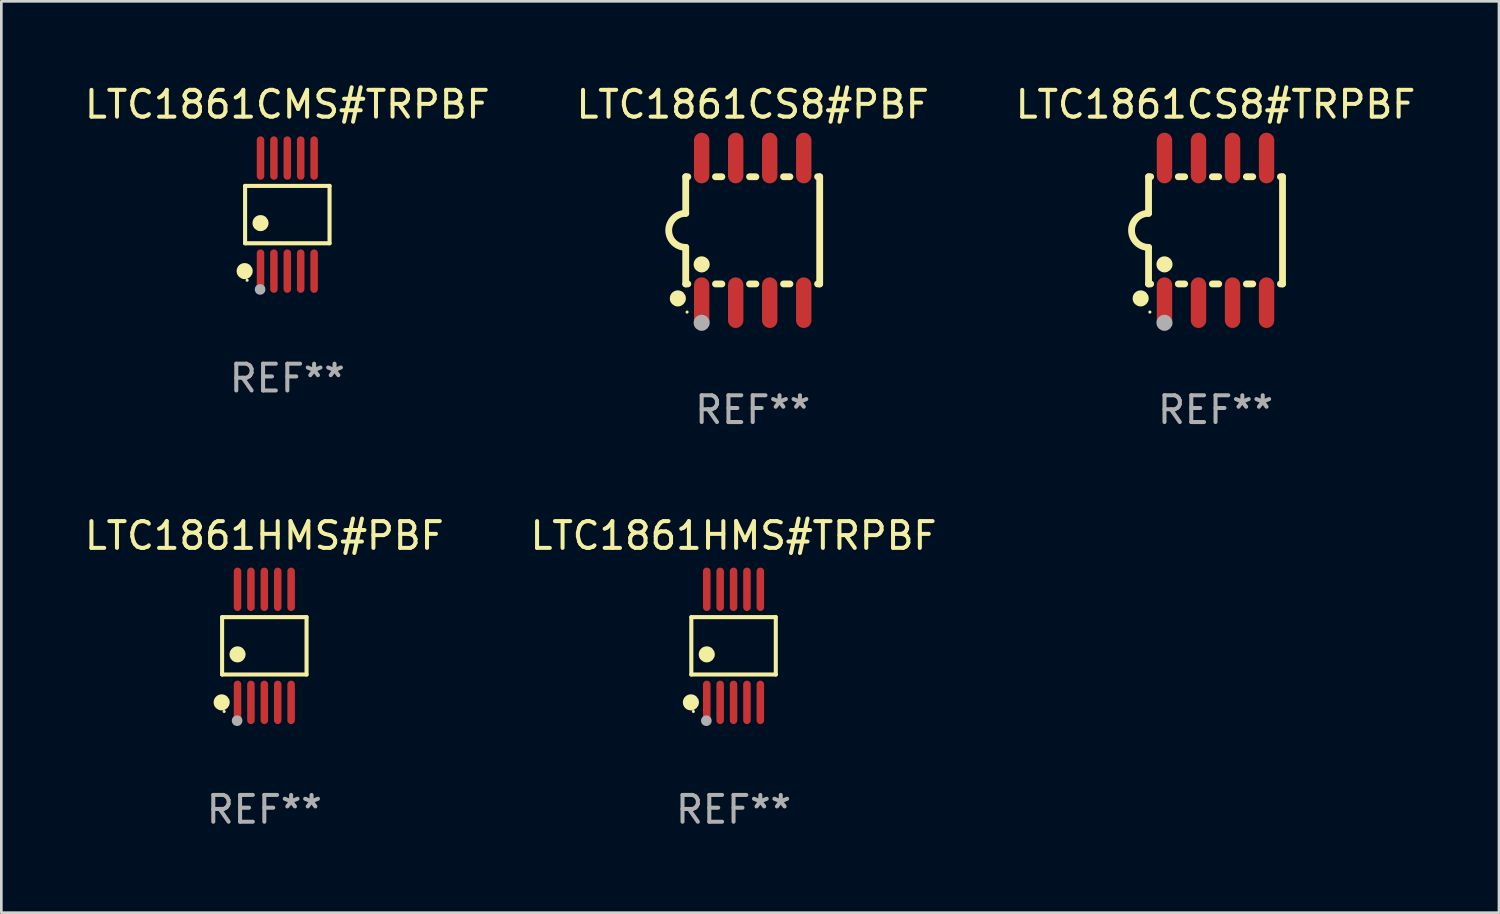
<source format=kicad_pcb>
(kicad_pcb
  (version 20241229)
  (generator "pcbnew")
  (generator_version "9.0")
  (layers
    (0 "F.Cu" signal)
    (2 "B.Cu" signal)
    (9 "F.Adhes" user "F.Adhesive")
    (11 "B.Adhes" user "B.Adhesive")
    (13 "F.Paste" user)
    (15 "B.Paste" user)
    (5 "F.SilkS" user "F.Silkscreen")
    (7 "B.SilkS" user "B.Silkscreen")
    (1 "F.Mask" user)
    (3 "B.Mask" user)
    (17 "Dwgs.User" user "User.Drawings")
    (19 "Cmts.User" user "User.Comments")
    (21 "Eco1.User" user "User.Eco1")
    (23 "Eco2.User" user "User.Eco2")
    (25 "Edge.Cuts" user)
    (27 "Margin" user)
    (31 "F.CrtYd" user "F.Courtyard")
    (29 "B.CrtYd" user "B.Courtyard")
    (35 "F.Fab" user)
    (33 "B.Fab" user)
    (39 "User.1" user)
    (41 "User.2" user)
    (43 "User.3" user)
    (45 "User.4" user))
  (footprint "LTC1861HMS#TRPBF"
    (layer "F.Cu")
    (at 24.327 21.053)
    (property "Reference" "LTC1861HMS#TRPBF" (at 0 -4.11 0) (layer "F.SilkS") (effects (font (size 1 1) (thickness 0.15))))
    (attr through_hole)
    (fp_line (start -1.576 -1.071) (end 1.576 -1.071) (stroke (width 0.152) (type solid)) (layer "F.SilkS"))
    (fp_line (start -1.576 1.071) (end -1.576 -1.071) (stroke (width 0.152) (type solid)) (layer "F.SilkS"))
    (fp_line (start 1.576 -1.071) (end 1.576 1.071) (stroke (width 0.152) (type solid)) (layer "F.SilkS"))
    (fp_line (start 1.576 1.071) (end -1.576 1.071) (stroke (width 0.152) (type solid)) (layer "F.SilkS"))
    (fp_circle (center -1.592 2.11) (end -1.442 2.11) (stroke (width 0.3) (type solid)) (fill no) (layer "F.SilkS"))
    (fp_circle (center -1.5 2.45) (end -1.47 2.45) (stroke (width 0.06) (type solid)) (fill no) (layer "F.SilkS"))
    (fp_circle (center -1 0.319) (end -0.85 0.319) (stroke (width 0.3) (type solid)) (fill no) (layer "F.SilkS"))
    (fp_circle (center -1.016 2.794) (end -0.916 2.794) (stroke (width 0.2) (type solid)) (fill no) (layer "F.Fab"))
    (fp_text user "REF**" (at 0 6.11 0) (layer "F.Fab") (effects (font (size 1 1) (thickness 0.15))))
    (pad "1" smd oval (at -1 2.11) (size 0.28 1.62) (layers "F.Cu" "F.Mask" "F.Paste"))
    (pad "2" smd oval (at -0.5 2.11) (size 0.28 1.62) (layers "F.Cu" "F.Mask" "F.Paste"))
    (pad "3" smd oval (at 0 2.11) (size 0.28 1.62) (layers "F.Cu" "F.Mask" "F.Paste"))
    (pad "4" smd oval (at 0.5 2.11) (size 0.28 1.62) (layers "F.Cu" "F.Mask" "F.Paste"))
    (pad "5" smd oval (at 1 2.11) (size 0.28 1.62) (layers "F.Cu" "F.Mask" "F.Paste"))
    (pad "6" smd oval (at 1 -2.11) (size 0.28 1.62) (layers "F.Cu" "F.Mask" "F.Paste"))
    (pad "7" smd oval (at 0.5 -2.11) (size 0.28 1.62) (layers "F.Cu" "F.Mask" "F.Paste"))
    (pad "8" smd oval (at 0 -2.11) (size 0.28 1.62) (layers "F.Cu" "F.Mask" "F.Paste"))
    (pad "9" smd oval (at -0.5 -2.11) (size 0.28 1.62) (layers "F.Cu" "F.Mask" "F.Paste"))
    (pad "10" smd oval (at -1 -2.11) (size 0.28 1.62) (layers "F.Cu" "F.Mask" "F.Paste")))
  (footprint "LTC1861HMS#PBF"
    (layer "F.Cu")
    (at 6.815 21.053)
    (property "Reference" "LTC1861HMS#PBF" (at 0 -4.11 0) (layer "F.SilkS") (effects (font (size 1 1) (thickness 0.15))))
    (attr through_hole)
    (fp_line (start -1.576 -1.071) (end 1.576 -1.071) (stroke (width 0.152) (type solid)) (layer "F.SilkS"))
    (fp_line (start -1.576 1.071) (end -1.576 -1.071) (stroke (width 0.152) (type solid)) (layer "F.SilkS"))
    (fp_line (start 1.576 -1.071) (end 1.576 1.071) (stroke (width 0.152) (type solid)) (layer "F.SilkS"))
    (fp_line (start 1.576 1.071) (end -1.576 1.071) (stroke (width 0.152) (type solid)) (layer "F.SilkS"))
    (fp_circle (center -1.592 2.11) (end -1.442 2.11) (stroke (width 0.3) (type solid)) (fill no) (layer "F.SilkS"))
    (fp_circle (center -1.5 2.45) (end -1.47 2.45) (stroke (width 0.06) (type solid)) (fill no) (layer "F.SilkS"))
    (fp_circle (center -1 0.319) (end -0.85 0.319) (stroke (width 0.3) (type solid)) (fill no) (layer "F.SilkS"))
    (fp_circle (center -1.016 2.794) (end -0.916 2.794) (stroke (width 0.2) (type solid)) (fill no) (layer "F.Fab"))
    (fp_text user "REF**" (at 0 6.11 0) (layer "F.Fab") (effects (font (size 1 1) (thickness 0.15))))
    (pad "1" smd oval (at -1 2.11) (size 0.28 1.62) (layers "F.Cu" "F.Mask" "F.Paste"))
    (pad "2" smd oval (at -0.5 2.11) (size 0.28 1.62) (layers "F.Cu" "F.Mask" "F.Paste"))
    (pad "3" smd oval (at 0 2.11) (size 0.28 1.62) (layers "F.Cu" "F.Mask" "F.Paste"))
    (pad "4" smd oval (at 0.5 2.11) (size 0.28 1.62) (layers "F.Cu" "F.Mask" "F.Paste"))
    (pad "5" smd oval (at 1 2.11) (size 0.28 1.62) (layers "F.Cu" "F.Mask" "F.Paste"))
    (pad "6" smd oval (at 1 -2.11) (size 0.28 1.62) (layers "F.Cu" "F.Mask" "F.Paste"))
    (pad "7" smd oval (at 0.5 -2.11) (size 0.28 1.62) (layers "F.Cu" "F.Mask" "F.Paste"))
    (pad "8" smd oval (at 0 -2.11) (size 0.28 1.62) (layers "F.Cu" "F.Mask" "F.Paste"))
    (pad "9" smd oval (at -0.5 -2.11) (size 0.28 1.62) (layers "F.Cu" "F.Mask" "F.Paste"))
    (pad "10" smd oval (at -1 -2.11) (size 0.28 1.62) (layers "F.Cu" "F.Mask" "F.Paste")))
  (footprint "LTC1861CS8#PBF"
    (layer "F.Cu")
    (at 25.042 5.547)
    (property "Reference" "LTC1861CS8#PBF" (at 0 -4.699 0) (layer "F.SilkS") (effects (font (size 1 1) (thickness 0.15))))
    (attr through_hole)
    (fp_line (start -2.5 -2) (end -2.5 -0.635) (stroke (width 0.254) (type solid)) (layer "F.SilkS"))
    (fp_line (start -2.5 -2) (end -2.421 -2) (stroke (width 0.254) (type solid)) (layer "F.SilkS"))
    (fp_line (start -2.5 2) (end -2.5 0.635) (stroke (width 0.254) (type solid)) (layer "F.SilkS"))
    (fp_line (start -2.5 2) (end -2.421 2) (stroke (width 0.254) (type solid)) (layer "F.SilkS"))
    (fp_line (start -1.389 -2) (end -1.151 -2) (stroke (width 0.254) (type solid)) (layer "F.SilkS"))
    (fp_line (start -1.389 2) (end -1.151 2) (stroke (width 0.254) (type solid)) (layer "F.SilkS"))
    (fp_line (start -0.119 -2) (end 0.119 -2) (stroke (width 0.254) (type solid)) (layer "F.SilkS"))
    (fp_line (start -0.119 2) (end 0.119 2) (stroke (width 0.254) (type solid)) (layer "F.SilkS"))
    (fp_line (start 1.151 -2) (end 1.389 -2) (stroke (width 0.254) (type solid)) (layer "F.SilkS"))
    (fp_line (start 1.151 2) (end 1.389 2) (stroke (width 0.254) (type solid)) (layer "F.SilkS"))
    (fp_line (start 2.421 -2) (end 2.5 -2) (stroke (width 0.254) (type solid)) (layer "F.SilkS"))
    (fp_line (start 2.421 2) (end 2.5 2) (stroke (width 0.254) (type solid)) (layer "F.SilkS"))
    (fp_line (start 2.5 -2) (end 2.5 2) (stroke (width 0.254) (type solid)) (layer "F.SilkS"))
    (fp_arc (start -2.5 0.635001) (mid -3.134366 -0.000318) (end -2.499365 -0.635001) (stroke (width 0.254001) (type solid)) (layer "F.SilkS"))
    (fp_circle (center -2.794 2.54) (end -2.644 2.54) (stroke (width 0.3) (type solid)) (fill no) (layer "F.SilkS"))
    (fp_circle (center -2.45 3.05) (end -2.42 3.05) (stroke (width 0.06) (type solid)) (fill no) (layer "F.SilkS"))
    (fp_circle (center -1.905 1.27) (end -1.755 1.27) (stroke (width 0.3) (type solid)) (fill no) (layer "F.SilkS"))
    (fp_circle (center -1.905 3.45) (end -1.755 3.45) (stroke (width 0.3) (type solid)) (fill no) (layer "F.Fab"))
    (fp_text user "REF**" (at 0 6.699 0) (layer "F.Fab") (effects (font (size 1 1) (thickness 0.15))))
    (pad "1" smd oval (at -1.905 2.699) (size 0.574 1.888) (layers "F.Cu" "F.Mask" "F.Paste"))
    (pad "2" smd oval (at -0.635 2.699) (size 0.574 1.888) (layers "F.Cu" "F.Mask" "F.Paste"))
    (pad "3" smd oval (at 0.635 2.699) (size 0.574 1.888) (layers "F.Cu" "F.Mask" "F.Paste"))
    (pad "4" smd oval (at 1.905 2.699) (size 0.574 1.888) (layers "F.Cu" "F.Mask" "F.Paste"))
    (pad "5" smd oval (at 1.905 -2.699) (size 0.574 1.888) (layers "F.Cu" "F.Mask" "F.Paste"))
    (pad "6" smd oval (at 0.635 -2.699) (size 0.574 1.888) (layers "F.Cu" "F.Mask" "F.Paste"))
    (pad "7" smd oval (at -0.635 -2.699) (size 0.574 1.888) (layers "F.Cu" "F.Mask" "F.Paste"))
    (pad "8" smd oval (at -1.905 -2.699) (size 0.574 1.888) (layers "F.Cu" "F.Mask" "F.Paste")))
  (footprint "LTC1861CMS#TRPBF"
    (layer "F.Cu")
    (at 7.673 4.958)
    (property "Reference" "LTC1861CMS#TRPBF" (at 0 -4.11 0) (layer "F.SilkS") (effects (font (size 1 1) (thickness 0.15))))
    (attr through_hole)
    (fp_line (start -1.576 -1.071) (end 1.576 -1.071) (stroke (width 0.152) (type solid)) (layer "F.SilkS"))
    (fp_line (start -1.576 1.071) (end -1.576 -1.071) (stroke (width 0.152) (type solid)) (layer "F.SilkS"))
    (fp_line (start 1.576 -1.071) (end 1.576 1.071) (stroke (width 0.152) (type solid)) (layer "F.SilkS"))
    (fp_line (start 1.576 1.071) (end -1.576 1.071) (stroke (width 0.152) (type solid)) (layer "F.SilkS"))
    (fp_circle (center -1.592 2.11) (end -1.442 2.11) (stroke (width 0.3) (type solid)) (fill no) (layer "F.SilkS"))
    (fp_circle (center -1.5 2.45) (end -1.47 2.45) (stroke (width 0.06) (type solid)) (fill no) (layer "F.SilkS"))
    (fp_circle (center -1 0.319) (end -0.85 0.319) (stroke (width 0.3) (type solid)) (fill no) (layer "F.SilkS"))
    (fp_circle (center -1.016 2.794) (end -0.916 2.794) (stroke (width 0.2) (type solid)) (fill no) (layer "F.Fab"))
    (fp_text user "REF**" (at 0 6.11 0) (layer "F.Fab") (effects (font (size 1 1) (thickness 0.15))))
    (pad "1" smd oval (at -1 2.11) (size 0.28 1.62) (layers "F.Cu" "F.Mask" "F.Paste"))
    (pad "2" smd oval (at -0.5 2.11) (size 0.28 1.62) (layers "F.Cu" "F.Mask" "F.Paste"))
    (pad "3" smd oval (at 0 2.11) (size 0.28 1.62) (layers "F.Cu" "F.Mask" "F.Paste"))
    (pad "4" smd oval (at 0.5 2.11) (size 0.28 1.62) (layers "F.Cu" "F.Mask" "F.Paste"))
    (pad "5" smd oval (at 1 2.11) (size 0.28 1.62) (layers "F.Cu" "F.Mask" "F.Paste"))
    (pad "6" smd oval (at 1 -2.11) (size 0.28 1.62) (layers "F.Cu" "F.Mask" "F.Paste"))
    (pad "7" smd oval (at 0.5 -2.11) (size 0.28 1.62) (layers "F.Cu" "F.Mask" "F.Paste"))
    (pad "8" smd oval (at 0 -2.11) (size 0.28 1.62) (layers "F.Cu" "F.Mask" "F.Paste"))
    (pad "9" smd oval (at -0.5 -2.11) (size 0.28 1.62) (layers "F.Cu" "F.Mask" "F.Paste"))
    (pad "10" smd oval (at -1 -2.11) (size 0.28 1.62) (layers "F.Cu" "F.Mask" "F.Paste")))
  (footprint "LTC1861CS8#TRPBF"
    (layer "F.Cu")
    (at 42.315 5.547)
    (property "Reference" "LTC1861CS8#TRPBF" (at 0 -4.699 0) (layer "F.SilkS") (effects (font (size 1 1) (thickness 0.15))))
    (attr through_hole)
    (fp_line (start -2.5 -2) (end -2.5 -0.635) (stroke (width 0.254) (type solid)) (layer "F.SilkS"))
    (fp_line (start -2.5 -2) (end -2.421 -2) (stroke (width 0.254) (type solid)) (layer "F.SilkS"))
    (fp_line (start -2.5 2) (end -2.5 0.635) (stroke (width 0.254) (type solid)) (layer "F.SilkS"))
    (fp_line (start -2.5 2) (end -2.421 2) (stroke (width 0.254) (type solid)) (layer "F.SilkS"))
    (fp_line (start -1.389 -2) (end -1.151 -2) (stroke (width 0.254) (type solid)) (layer "F.SilkS"))
    (fp_line (start -1.389 2) (end -1.151 2) (stroke (width 0.254) (type solid)) (layer "F.SilkS"))
    (fp_line (start -0.119 -2) (end 0.119 -2) (stroke (width 0.254) (type solid)) (layer "F.SilkS"))
    (fp_line (start -0.119 2) (end 0.119 2) (stroke (width 0.254) (type solid)) (layer "F.SilkS"))
    (fp_line (start 1.151 -2) (end 1.389 -2) (stroke (width 0.254) (type solid)) (layer "F.SilkS"))
    (fp_line (start 1.151 2) (end 1.389 2) (stroke (width 0.254) (type solid)) (layer "F.SilkS"))
    (fp_line (start 2.421 -2) (end 2.5 -2) (stroke (width 0.254) (type solid)) (layer "F.SilkS"))
    (fp_line (start 2.421 2) (end 2.5 2) (stroke (width 0.254) (type solid)) (layer "F.SilkS"))
    (fp_line (start 2.5 -2) (end 2.5 2) (stroke (width 0.254) (type solid)) (layer "F.SilkS"))
    (fp_arc (start -2.5 0.635001) (mid -3.134366 -0.000318) (end -2.499365 -0.635001) (stroke (width 0.254001) (type solid)) (layer "F.SilkS"))
    (fp_circle (center -2.794 2.54) (end -2.644 2.54) (stroke (width 0.3) (type solid)) (fill no) (layer "F.SilkS"))
    (fp_circle (center -2.45 3.05) (end -2.42 3.05) (stroke (width 0.06) (type solid)) (fill no) (layer "F.SilkS"))
    (fp_circle (center -1.905 1.27) (end -1.755 1.27) (stroke (width 0.3) (type solid)) (fill no) (layer "F.SilkS"))
    (fp_circle (center -1.905 3.45) (end -1.755 3.45) (stroke (width 0.3) (type solid)) (fill no) (layer "F.Fab"))
    (fp_text user "REF**" (at 0 6.699 0) (layer "F.Fab") (effects (font (size 1 1) (thickness 0.15))))
    (pad "1" smd oval (at -1.905 2.699) (size 0.574 1.888) (layers "F.Cu" "F.Mask" "F.Paste"))
    (pad "2" smd oval (at -0.635 2.699) (size 0.574 1.888) (layers "F.Cu" "F.Mask" "F.Paste"))
    (pad "3" smd oval (at 0.635 2.699) (size 0.574 1.888) (layers "F.Cu" "F.Mask" "F.Paste"))
    (pad "4" smd oval (at 1.905 2.699) (size 0.574 1.888) (layers "F.Cu" "F.Mask" "F.Paste"))
    (pad "5" smd oval (at 1.905 -2.699) (size 0.574 1.888) (layers "F.Cu" "F.Mask" "F.Paste"))
    (pad "6" smd oval (at 0.635 -2.699) (size 0.574 1.888) (layers "F.Cu" "F.Mask" "F.Paste"))
    (pad "7" smd oval (at -0.635 -2.699) (size 0.574 1.888) (layers "F.Cu" "F.Mask" "F.Paste"))
    (pad "8" smd oval (at -1.905 -2.699) (size 0.574 1.888) (layers "F.Cu" "F.Mask" "F.Paste")))
  (gr_rect
    (start -3 -3)
    (end 52.893 31.011)
    (stroke (width 0.1) (type default))
    (fill no)
    (layer "Edge.Cuts")))
</source>
